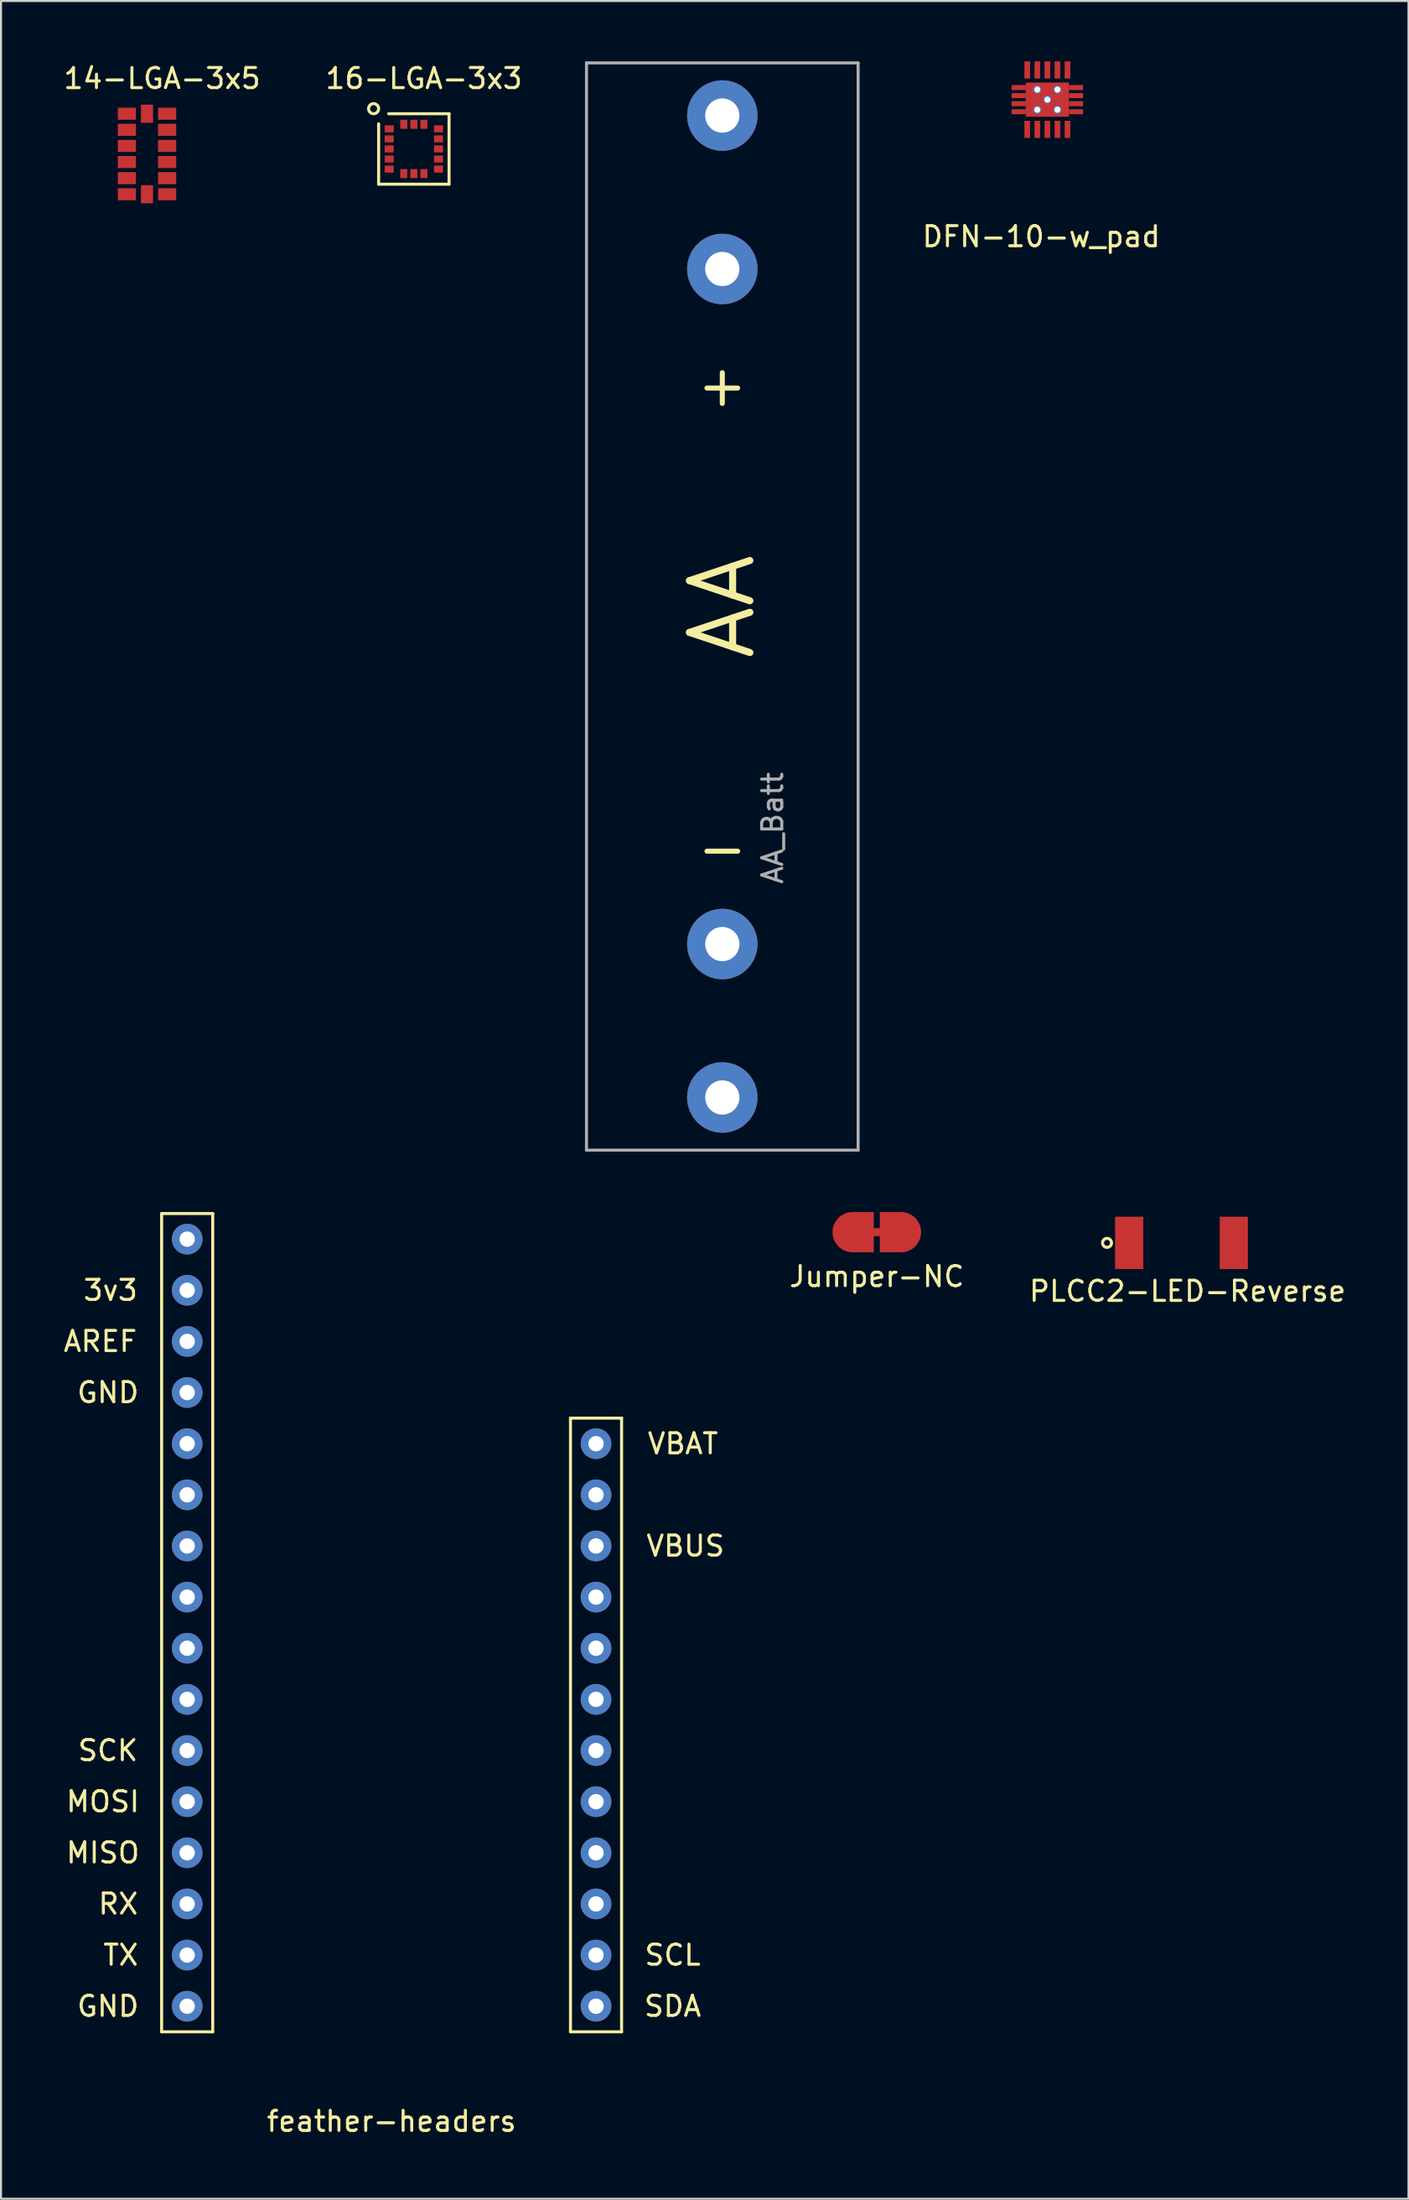
<source format=kicad_pcb>
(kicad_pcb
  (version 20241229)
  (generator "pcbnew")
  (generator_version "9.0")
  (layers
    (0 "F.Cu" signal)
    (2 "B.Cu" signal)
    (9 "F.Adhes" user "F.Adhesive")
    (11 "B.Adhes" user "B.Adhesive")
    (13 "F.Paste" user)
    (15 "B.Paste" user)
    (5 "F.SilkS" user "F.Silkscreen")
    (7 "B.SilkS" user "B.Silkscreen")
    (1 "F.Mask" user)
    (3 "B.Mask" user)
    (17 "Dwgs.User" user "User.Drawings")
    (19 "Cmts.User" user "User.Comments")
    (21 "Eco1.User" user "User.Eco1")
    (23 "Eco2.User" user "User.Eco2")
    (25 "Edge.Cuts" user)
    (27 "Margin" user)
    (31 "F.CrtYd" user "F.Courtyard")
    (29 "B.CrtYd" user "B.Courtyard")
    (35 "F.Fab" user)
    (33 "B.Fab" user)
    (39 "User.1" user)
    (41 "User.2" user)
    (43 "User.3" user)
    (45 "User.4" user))
  (footprint "AA_Batt"
    (layer "F.Cu")
    (at 32.849 27.075)
    (property "Reference" "AA_Batt" (at 2.5 11 90) (layer "F.Fab") (effects (font (size 1 1) (thickness 0.15))))
    (attr through_hole)
    (fp_line (start -4 -13) (end -4 14) (stroke (width 0.5) (type solid)) (layer "B.Paste"))
    (fp_line (start -4 14) (end 4 14) (stroke (width 0.5) (type solid)) (layer "B.Paste"))
    (fp_line (start -1.5 -14.5) (end 1.5 -14.5) (stroke (width 0.5) (type solid)) (layer "B.Paste"))
    (fp_line (start -1.5 -13) (end -1.5 -14.5) (stroke (width 0.5) (type solid)) (layer "B.Paste"))
    (fp_line (start 1.5 -14.5) (end 1.5 -13) (stroke (width 0.5) (type solid)) (layer "B.Paste"))
    (fp_line (start 4 -13) (end -4 -13) (stroke (width 0.5) (type solid)) (layer "B.Paste"))
    (fp_line (start 4 14) (end 4 -13) (stroke (width 0.5) (type solid)) (layer "B.Paste"))
    (fp_line (start -6.75 -27) (end 6.75 -27) (stroke (width 0.15) (type solid)) (layer "F.Fab"))
    (fp_line (start -6.75 27) (end -6.75 -27) (stroke (width 0.15) (type solid)) (layer "F.Fab"))
    (fp_line (start 6.75 -27) (end 6.75 27) (stroke (width 0.15) (type solid)) (layer "F.Fab"))
    (fp_line (start 6.75 27) (end -6.75 27) (stroke (width 0.15) (type solid)) (layer "F.Fab"))
    (fp_text user "-" (at 0 12 0) (layer "F.SilkS") (effects (font (size 2 2) (thickness 0.25))))
    (fp_text user "AA" (at 0 0 90) (layer "F.SilkS") (effects (font (size 3 3) (thickness 0.35))))
    (fp_text user "+" (at 0 -11 0) (layer "F.SilkS") (effects (font (size 2 2) (thickness 0.25))))
    (pad "1" thru_hole circle (at 0 -24.385) (size 3.5 3.5) (drill 1.7) (layers "*.Cu" "*.Mask"))
    (pad "1" thru_hole circle (at 0 -16.765) (size 3.5 3.5) (drill 1.7) (layers "*.Cu" "*.Mask"))
    (pad "2" thru_hole circle (at 0 16.765) (size 3.5 3.5) (drill 1.7) (layers "*.Cu" "*.Mask"))
    (pad "2" thru_hole circle (at 0 24.385) (size 3.5 3.5) (drill 1.7) (layers "*.Cu" "*.Mask")))
  (footprint "14-LGA-3x5"
    (layer "F.Cu")
    (at 4.256 4.598)
    (property "Reference" "14-LGA-3x5" (at 0.75 -3.75 0) (layer "F.SilkS") (effects (font (size 1 1) (thickness 0.15))))
    (attr through_hole)
    (fp_line (start -1.75 2.75) (end -1.75 -2.25) (stroke (width 0.15) (type solid)) (layer "B.Paste"))
    (fp_line (start 1.75 -2.75) (end -1.25 -2.75) (stroke (width 0.15) (type solid)) (layer "B.Paste"))
    (fp_line (start 1.75 -2.75) (end 1.75 2.75) (stroke (width 0.15) (type solid)) (layer "B.Paste"))
    (fp_line (start 1.75 2.75) (end -1.75 2.75) (stroke (width 0.15) (type solid)) (layer "B.Paste"))
    (fp_circle (center -2 -3) (end -1.75 -2.75) (stroke (width 0.15) (type solid)) (fill no) (layer "B.Paste"))
    (pad "1" smd rect (at -1 -2) (size 0.9 0.6) (layers "F.Cu" "F.Mask" "F.Paste"))
    (pad "2" smd rect (at -1 -1.2) (size 0.9 0.6) (layers "F.Cu" "F.Mask" "F.Paste"))
    (pad "3" smd rect (at -1 -0.4) (size 0.9 0.6) (layers "F.Cu" "F.Mask" "F.Paste"))
    (pad "4" smd rect (at -1 0.4) (size 0.9 0.6) (layers "F.Cu" "F.Mask" "F.Paste"))
    (pad "5" smd rect (at -1 1.2) (size 0.9 0.6) (layers "F.Cu" "F.Mask" "F.Paste"))
    (pad "6" smd rect (at -1 2) (size 0.9 0.6) (layers "F.Cu" "F.Mask" "F.Paste"))
    (pad "7" smd rect (at 0 2 270) (size 0.9 0.6) (layers "F.Cu" "F.Mask" "F.Paste"))
    (pad "8" smd rect (at 1 2) (size 0.9 0.6) (layers "F.Cu" "F.Mask" "F.Paste"))
    (pad "9" smd rect (at 1 1.2) (size 0.9 0.6) (layers "F.Cu" "F.Mask" "F.Paste"))
    (pad "10" smd rect (at 1 0.4) (size 0.9 0.6) (layers "F.Cu" "F.Mask" "F.Paste"))
    (pad "11" smd rect (at 1 -0.4) (size 0.9 0.6) (layers "F.Cu" "F.Mask" "F.Paste"))
    (pad "12" smd rect (at 1 -1.2) (size 0.9 0.6) (layers "F.Cu" "F.Mask" "F.Paste"))
    (pad "13" smd rect (at 1 -2) (size 0.9 0.6) (layers "F.Cu" "F.Mask" "F.Paste"))
    (pad "14" smd rect (at 0 -2 90) (size 0.9 0.6) (layers "F.Cu" "F.Mask" "F.Paste")))
  (footprint "feather-headers"
    (layer "F.Cu")
    (at 16.413 83.895)
    (property "Reference" "feather-headers" (at 0 18.415 0) (layer "F.SilkS") (effects (font (size 1 1) (thickness 0.15))))
    (attr through_hole)
    (fp_line (start -11.43 -26.67) (end -11.43 13.97) (stroke (width 0.15) (type solid)) (layer "F.SilkS"))
    (fp_line (start -11.43 13.97) (end -8.89 13.97) (stroke (width 0.15) (type solid)) (layer "F.SilkS"))
    (fp_line (start -8.89 -26.67) (end -11.43 -26.67) (stroke (width 0.15) (type solid)) (layer "F.SilkS"))
    (fp_line (start -8.89 13.97) (end -8.89 -26.67) (stroke (width 0.15) (type solid)) (layer "F.SilkS"))
    (fp_line (start 8.89 -16.51) (end 8.89 13.97) (stroke (width 0.15) (type solid)) (layer "F.SilkS"))
    (fp_line (start 8.89 13.97) (end 11.43 13.97) (stroke (width 0.15) (type solid)) (layer "F.SilkS"))
    (fp_line (start 11.43 -16.51) (end 8.89 -16.51) (stroke (width 0.15) (type solid)) (layer "F.SilkS"))
    (fp_line (start 11.43 13.97) (end 11.43 -16.51) (stroke (width 0.15) (type solid)) (layer "F.SilkS"))
    (fp_text user "SCL" (at 13.97 10.16 0) (layer "F.SilkS") (effects (font (size 1 1) (thickness 0.15))))
    (fp_text user "SCK" (at -14.097 0 0) (layer "F.SilkS") (effects (font (size 1 1) (thickness 0.15))))
    (fp_text user "VBAT" (at 14.478 -15.24 0) (layer "F.SilkS") (effects (font (size 1 1) (thickness 0.15))))
    (fp_text user "MOSI" (at -14.351 2.54 0) (layer "F.SilkS") (effects (font (size 1 1) (thickness 0.15))))
    (fp_text user "GND" (at -14.097 12.7 0) (layer "F.SilkS") (effects (font (size 1 1) (thickness 0.15))))
    (fp_text user "GND" (at -14.097 -17.78 0) (layer "F.SilkS") (effects (font (size 1 1) (thickness 0.15))))
    (fp_text user "3v3" (at -13.97 -22.86 0) (layer "F.SilkS") (effects (font (size 1 1) (thickness 0.15))))
    (fp_text user "SDA" (at 13.97 12.7 0) (layer "F.SilkS") (effects (font (size 1 1) (thickness 0.15))))
    (fp_text user "VBUS" (at 14.605 -10.16 0) (layer "F.SilkS") (effects (font (size 1 1) (thickness 0.15))))
    (fp_text user "MISO" (at -14.351 5.08 0) (layer "F.SilkS") (effects (font (size 1 1) (thickness 0.15))))
    (fp_text user "TX" (at -13.462 10.16 0) (layer "F.SilkS") (effects (font (size 1 1) (thickness 0.15))))
    (fp_text user "RX" (at -13.589 7.62 0) (layer "F.SilkS") (effects (font (size 1 1) (thickness 0.15))))
    (fp_text user "AREF" (at -14.478 -20.32 0) (layer "F.SilkS") (effects (font (size 1 1) (thickness 0.15))))
    (pad "1" thru_hole circle (at 10.16 -15.24) (size 1.524 1.524) (drill 0.762) (layers "*.Cu" "*.Mask"))
    (pad "2" thru_hole circle (at 10.16 -12.7) (size 1.524 1.524) (drill 0.762) (layers "*.Cu" "*.Mask"))
    (pad "3" thru_hole circle (at 10.16 -10.16) (size 1.524 1.524) (drill 0.762) (layers "*.Cu" "*.Mask"))
    (pad "4" thru_hole circle (at 10.16 -7.62) (size 1.524 1.524) (drill 0.762) (layers "*.Cu" "*.Mask"))
    (pad "5" thru_hole circle (at 10.16 -5.08) (size 1.524 1.524) (drill 0.762) (layers "*.Cu" "*.Mask"))
    (pad "6" thru_hole circle (at 10.16 -2.54) (size 1.524 1.524) (drill 0.762) (layers "*.Cu" "*.Mask"))
    (pad "7" thru_hole circle (at 10.16 0) (size 1.524 1.524) (drill 0.762) (layers "*.Cu" "*.Mask"))
    (pad "8" thru_hole circle (at 10.16 2.54) (size 1.524 1.524) (drill 0.762) (layers "*.Cu" "*.Mask"))
    (pad "9" thru_hole circle (at 10.16 5.08) (size 1.524 1.524) (drill 0.762) (layers "*.Cu" "*.Mask"))
    (pad "10" thru_hole circle (at 10.16 7.62) (size 1.524 1.524) (drill 0.762) (layers "*.Cu" "*.Mask"))
    (pad "11" thru_hole circle (at 10.16 10.16) (size 1.524 1.524) (drill 0.762) (layers "*.Cu" "*.Mask"))
    (pad "12" thru_hole circle (at 10.16 12.7) (size 1.524 1.524) (drill 0.762) (layers "*.Cu" "*.Mask"))
    (pad "13" thru_hole circle (at -10.16 12.7) (size 1.524 1.524) (drill 0.762) (layers "*.Cu" "*.Mask"))
    (pad "14" thru_hole circle (at -10.16 10.16) (size 1.524 1.524) (drill 0.762) (layers "*.Cu" "*.Mask"))
    (pad "15" thru_hole circle (at -10.16 7.62) (size 1.524 1.524) (drill 0.762) (layers "*.Cu" "*.Mask"))
    (pad "16" thru_hole circle (at -10.16 5.08) (size 1.524 1.524) (drill 0.762) (layers "*.Cu" "*.Mask"))
    (pad "17" thru_hole circle (at -10.16 2.54) (size 1.524 1.524) (drill 0.762) (layers "*.Cu" "*.Mask"))
    (pad "18" thru_hole circle (at -10.16 0) (size 1.524 1.524) (drill 0.762) (layers "*.Cu" "*.Mask"))
    (pad "19" thru_hole circle (at -10.16 -2.54) (size 1.524 1.524) (drill 0.762) (layers "*.Cu" "*.Mask"))
    (pad "20" thru_hole circle (at -10.16 -5.08) (size 1.524 1.524) (drill 0.762) (layers "*.Cu" "*.Mask"))
    (pad "21" thru_hole circle (at -10.16 -7.62) (size 1.524 1.524) (drill 0.762) (layers "*.Cu" "*.Mask"))
    (pad "22" thru_hole circle (at -10.16 -10.16) (size 1.524 1.524) (drill 0.762) (layers "*.Cu" "*.Mask"))
    (pad "23" thru_hole circle (at -10.16 -12.7) (size 1.524 1.524) (drill 0.762) (layers "*.Cu" "*.Mask"))
    (pad "24" thru_hole circle (at -10.16 -15.24) (size 1.524 1.524) (drill 0.762) (layers "*.Cu" "*.Mask"))
    (pad "25" thru_hole circle (at -10.16 -17.78) (size 1.524 1.524) (drill 0.762) (layers "*.Cu" "*.Mask"))
    (pad "26" thru_hole circle (at -10.16 -20.32) (size 1.524 1.524) (drill 0.762) (layers "*.Cu" "*.Mask"))
    (pad "27" thru_hole circle (at -10.16 -22.86) (size 1.524 1.524) (drill 0.762) (layers "*.Cu" "*.Mask"))
    (pad "28" thru_hole circle (at -10.16 -25.4) (size 1.524 1.524) (drill 0.762) (layers "*.Cu" "*.Mask")))
  (footprint "16-LGA-3x3"
    (layer "F.Cu")
    (at 17.518 4.348)
    (property "Reference" "16-LGA-3x3" (at 0.5 -3.5 0) (layer "F.SilkS") (effects (font (size 1 1) (thickness 0.15))))
    (attr through_hole)
    (fp_line (start -1.75 -1.25) (end -1.75 1.75) (stroke (width 0.15) (type solid)) (layer "F.SilkS"))
    (fp_line (start -1.25 -1.75) (end 1.75 -1.75) (stroke (width 0.15) (type solid)) (layer "F.SilkS"))
    (fp_line (start 1.75 1.75) (end -1.75 1.75) (stroke (width 0.15) (type solid)) (layer "F.SilkS"))
    (fp_line (start 1.75 1.75) (end 1.75 -1.75) (stroke (width 0.15) (type solid)) (layer "F.SilkS"))
    (fp_circle (center -2 -2) (end -2 -1.75) (stroke (width 0.15) (type solid)) (fill no) (layer "F.SilkS"))
    (pad "1" smd rect (at -1.225 -1) (size 0.45 0.35) (layers "F.Cu" "F.Mask" "F.Paste"))
    (pad "2" smd rect (at -1.225 -0.5) (size 0.45 0.35) (layers "F.Cu" "F.Mask" "F.Paste"))
    (pad "3" smd rect (at -1.225 0) (size 0.45 0.35) (layers "F.Cu" "F.Mask" "F.Paste"))
    (pad "4" smd rect (at -1.225 0.5) (size 0.45 0.35) (layers "F.Cu" "F.Mask" "F.Paste"))
    (pad "5" smd rect (at -1.225 1) (size 0.45 0.35) (layers "F.Cu" "F.Mask" "F.Paste"))
    (pad "6" smd rect (at -0.5 1.225 270) (size 0.45 0.35) (layers "F.Cu" "F.Mask" "F.Paste"))
    (pad "7" smd rect (at 0 1.225 270) (size 0.45 0.35) (layers "F.Cu" "F.Mask" "F.Paste"))
    (pad "8" smd rect (at 0.5 1.225 270) (size 0.45 0.35) (layers "F.Cu" "F.Mask" "F.Paste"))
    (pad "9" smd rect (at 1.225 1) (size 0.45 0.35) (layers "F.Cu" "F.Mask" "F.Paste"))
    (pad "10" smd rect (at 1.225 0.5) (size 0.45 0.35) (layers "F.Cu" "F.Mask" "F.Paste"))
    (pad "11" smd rect (at 1.225 0) (size 0.45 0.35) (layers "F.Cu" "F.Mask" "F.Paste"))
    (pad "12" smd rect (at 1.225 -0.5) (size 0.45 0.35) (layers "F.Cu" "F.Mask" "F.Paste"))
    (pad "13" smd rect (at 1.225 -1) (size 0.45 0.35) (layers "F.Cu" "F.Mask" "F.Paste"))
    (pad "14" smd rect (at 0.5 -1.225 90) (size 0.45 0.35) (layers "F.Cu" "F.Mask" "F.Paste"))
    (pad "15" smd rect (at 0 -1.225 90) (size 0.45 0.35) (layers "F.Cu" "F.Mask" "F.Paste"))
    (pad "16" smd rect (at -0.5 -1.225 90) (size 0.45 0.35) (layers "F.Cu" "F.Mask" "F.Paste")))
  (footprint "PLCC2-LED-Reverse"
    (layer "F.Cu")
    (at 55.67 58.681)
    (property "Reference" "PLCC2-LED-Reverse" (at 0.3 2.4 0) (layer "F.SilkS") (effects (font (size 1 1) (thickness 0.15))))
    (attr through_hole)
    (fp_line (start -0.3 0) (end 0.2 0) (stroke (width 0.15) (type solid)) (layer "F.Mask"))
    (fp_circle (center 0 0) (end 0 0.5) (stroke (width 0.4) (type solid)) (fill no) (layer "F.Mask"))
    (fp_circle (center 0 0) (end 0.2 0.1) (stroke (width 0.4) (type solid)) (fill no) (layer "F.Mask"))
    (fp_circle (center 0 0) (end 0.7 0.5) (stroke (width 0.4) (type solid)) (fill no) (layer "F.Mask"))
    (fp_circle (center 0 0) (end 0.8 1) (stroke (width 0.5) (type solid)) (fill no) (layer "F.Mask"))
    (fp_circle (center -3.7 0) (end -3.6 0.2) (stroke (width 0.15) (type solid)) (fill no) (layer "F.SilkS"))
    (pad "1" smd rect (at -2.6 0) (size 1.4 2.6) (layers "F.Cu" "F.Mask" "F.Paste"))
    (pad "2" smd rect (at 2.6 0) (size 1.4 2.6) (layers "F.Cu" "F.Mask" "F.Paste")))
  (footprint "Jumper-NC"
    (layer "F.Cu")
    (at 40.529 58.15)
    (property "Reference" "Jumper-NC" (at 0 2.2 0) (layer "F.SilkS") (effects (font (size 1 1) (thickness 0.15))))
    (attr through_hole)
    (fp_line (start -0.8 0) (end 0.7 0) (stroke (width 0.4) (type solid)) (layer "F.Cu"))
    (pad "1" smd oval (at -1.2 0) (size 2 2) (layers "F.Cu" "F.Mask" "F.Paste"))
    (pad "1" smd rect (at -0.65 0) (size 1 2) (layers "F.Cu" "F.Mask" "F.Paste"))
    (pad "2" smd rect (at 0.65 0) (size 1 2) (layers "F.Cu" "F.Mask" "F.Paste"))
    (pad "2" smd oval (at 1.2 0) (size 2 2) (layers "F.Cu" "F.Mask" "F.Paste")))
  (footprint "DFN-10-w_pad"
    (layer "F.Cu")
    (at 49.004 1.9)
    (property "Reference" "DFN-10-w_pad" (at -0.3 6.8 0) (layer "F.SilkS") (effects (font (size 1 1) (thickness 0.15))))
    (attr through_hole)
    (pad "1" smd rect (at -1 1.475) (size 0.28 0.85) (layers "F.Cu" "F.Mask" "F.Paste"))
    (pad "2" smd rect (at -0.5 1.475) (size 0.28 0.85) (layers "F.Cu" "F.Mask" "F.Paste"))
    (pad "3" smd rect (at 0 1.475) (size 0.28 0.85) (layers "F.Cu" "F.Mask" "F.Paste"))
    (pad "4" smd rect (at 0.5 1.475) (size 0.28 0.85) (layers "F.Cu" "F.Mask" "F.Paste"))
    (pad "5" smd rect (at 1 1.475) (size 0.28 0.85) (layers "F.Cu" "F.Mask" "F.Paste"))
    (pad "6" smd rect (at 1 -1.475) (size 0.28 0.85) (layers "F.Cu" "F.Mask" "F.Paste"))
    (pad "7" smd rect (at 0.5 -1.475) (size 0.28 0.85) (layers "F.Cu" "F.Mask" "F.Paste"))
    (pad "8" smd rect (at 0 -1.475) (size 0.28 0.85) (layers "F.Cu" "F.Mask" "F.Paste"))
    (pad "9" smd rect (at -0.5 -1.475) (size 0.28 0.85) (layers "F.Cu" "F.Mask" "F.Paste"))
    (pad "10" smd rect (at -1 -1.475) (size 0.28 0.85) (layers "F.Cu" "F.Mask" "F.Paste"))
    (pad "PAD" smd rect (at -1.075 -0.6) (size 0.7 0.25) (drill (offset -0.35 0)) (layers "F.Cu" "F.Mask" "F.Paste"))
    (pad "PAD" smd rect (at -1.075 -0.2) (size 0.7 0.25) (drill (offset -0.35 0)) (layers "F.Cu" "F.Mask" "F.Paste"))
    (pad "PAD" smd rect (at -1.075 0.2) (size 0.7 0.25) (drill (offset -0.35 0)) (layers "F.Cu" "F.Mask" "F.Paste"))
    (pad "PAD" smd rect (at -1.075 0.6) (size 0.7 0.25) (drill (offset -0.35 0)) (layers "F.Cu" "F.Mask" "F.Paste"))
    (pad "PAD" thru_hole circle (at -0.5 -0.5) (size 0.4 0.4) (drill 0.3) (layers "*.Cu" "*.Mask"))
    (pad "PAD" thru_hole circle (at -0.5 0.5) (size 0.4 0.4) (drill 0.3) (layers "*.Cu" "*.Mask"))
    (pad "PAD" thru_hole circle (at 0 0) (size 0.4 0.4) (drill 0.3) (layers "*.Cu" "*.Mask"))
    (pad "PAD" smd rect (at 0 0) (size 2.15 1.7) (layers "F.Cu" "F.Mask" "F.Paste"))
    (pad "PAD" thru_hole circle (at 0.5 -0.5) (size 0.4 0.4) (drill 0.3) (layers "*.Cu" "*.Mask"))
    (pad "PAD" thru_hole circle (at 0.5 0.5) (size 0.4 0.4) (drill 0.3) (layers "*.Cu" "*.Mask"))
    (pad "PAD" smd rect (at 1.075 -0.6) (size 0.7 0.25) (drill (offset 0.35 0)) (layers "F.Cu" "F.Mask" "F.Paste"))
    (pad "PAD" smd rect (at 1.075 -0.2) (size 0.7 0.25) (drill (offset 0.35 0)) (layers "F.Cu" "F.Mask" "F.Paste"))
    (pad "PAD" smd rect (at 1.075 0.2) (size 0.7 0.25) (drill (offset 0.35 0)) (layers "F.Cu" "F.Mask" "F.Paste"))
    (pad "PAD" smd rect (at 1.075 0.6) (size 0.7 0.25) (drill (offset 0.35 0)) (layers "F.Cu" "F.Mask" "F.Paste")))
  (gr_rect
    (start -3 -3)
    (end 66.952 106.158)
    (stroke (width 0.1) (type default))
    (fill no)
    (layer "Edge.Cuts")))
</source>
